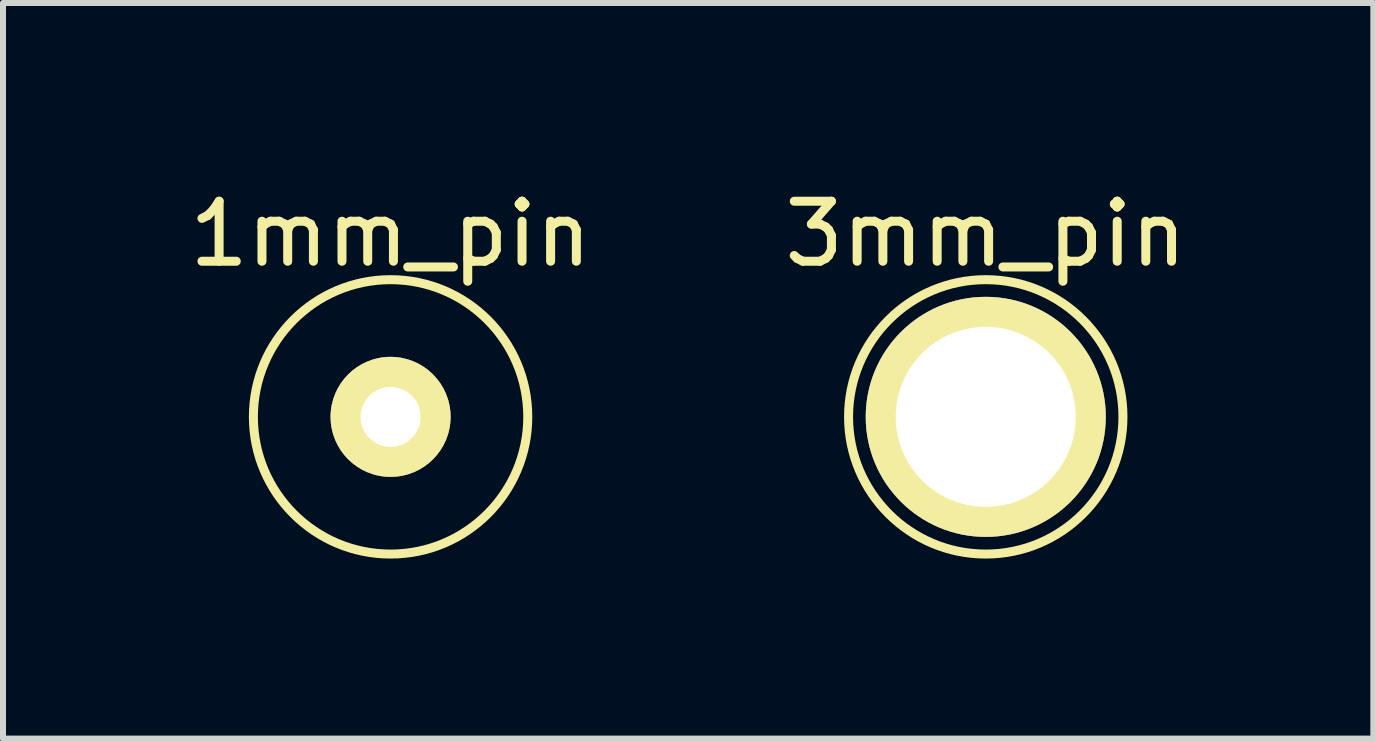
<source format=kicad_pcb>
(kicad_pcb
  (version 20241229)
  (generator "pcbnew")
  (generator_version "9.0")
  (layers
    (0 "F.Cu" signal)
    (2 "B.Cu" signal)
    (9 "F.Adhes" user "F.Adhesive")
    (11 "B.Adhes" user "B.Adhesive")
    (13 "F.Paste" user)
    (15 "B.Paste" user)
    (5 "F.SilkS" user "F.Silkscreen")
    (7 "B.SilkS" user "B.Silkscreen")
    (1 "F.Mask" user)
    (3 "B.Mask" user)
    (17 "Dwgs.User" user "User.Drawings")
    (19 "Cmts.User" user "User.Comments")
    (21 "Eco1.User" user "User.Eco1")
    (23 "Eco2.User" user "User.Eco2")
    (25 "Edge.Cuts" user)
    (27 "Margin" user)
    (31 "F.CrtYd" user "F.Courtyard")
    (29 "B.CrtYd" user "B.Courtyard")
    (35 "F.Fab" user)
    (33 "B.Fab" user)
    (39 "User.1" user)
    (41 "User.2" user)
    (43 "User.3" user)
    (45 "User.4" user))
  (footprint "3mm_pin"
    (layer "F.Cu")
    (at 13.375 3.896)
    (property "Reference" "3mm_pin" (at 0 -3.048 0) (layer "F.SilkS") (effects (font (size 1 1) (thickness 0.15))))
    (attr through_hole)
    (fp_circle (center 0 0) (end 0 -2.286) (stroke (width 0.15) (type solid)) (fill no) (layer "F.SilkS"))
    (pad "3mm" thru_hole circle (at 0 0) (size 4 4) (drill 3) (layers "*.Cu" "*.Mask" "F.SilkS")))
  (footprint "1mm_pin"
    (layer "F.Cu")
    (at 3.458 3.896)
    (property "Reference" "1mm_pin" (at 0 -3.048 0) (layer "F.SilkS") (effects (font (size 1 1) (thickness 0.15))))
    (attr through_hole)
    (fp_circle (center 0 0) (end 0 -2.286) (stroke (width 0.15) (type solid)) (fill no) (layer "F.SilkS"))
    (pad "1mm" thru_hole circle (at 0 0) (size 2 2) (drill 1) (layers "*.Cu" "*.Mask" "F.SilkS")))
  (gr_rect
    (start -3 -3)
    (end 19.833 9.257)
    (stroke (width 0.1) (type default))
    (fill no)
    (layer "Edge.Cuts")))
</source>
